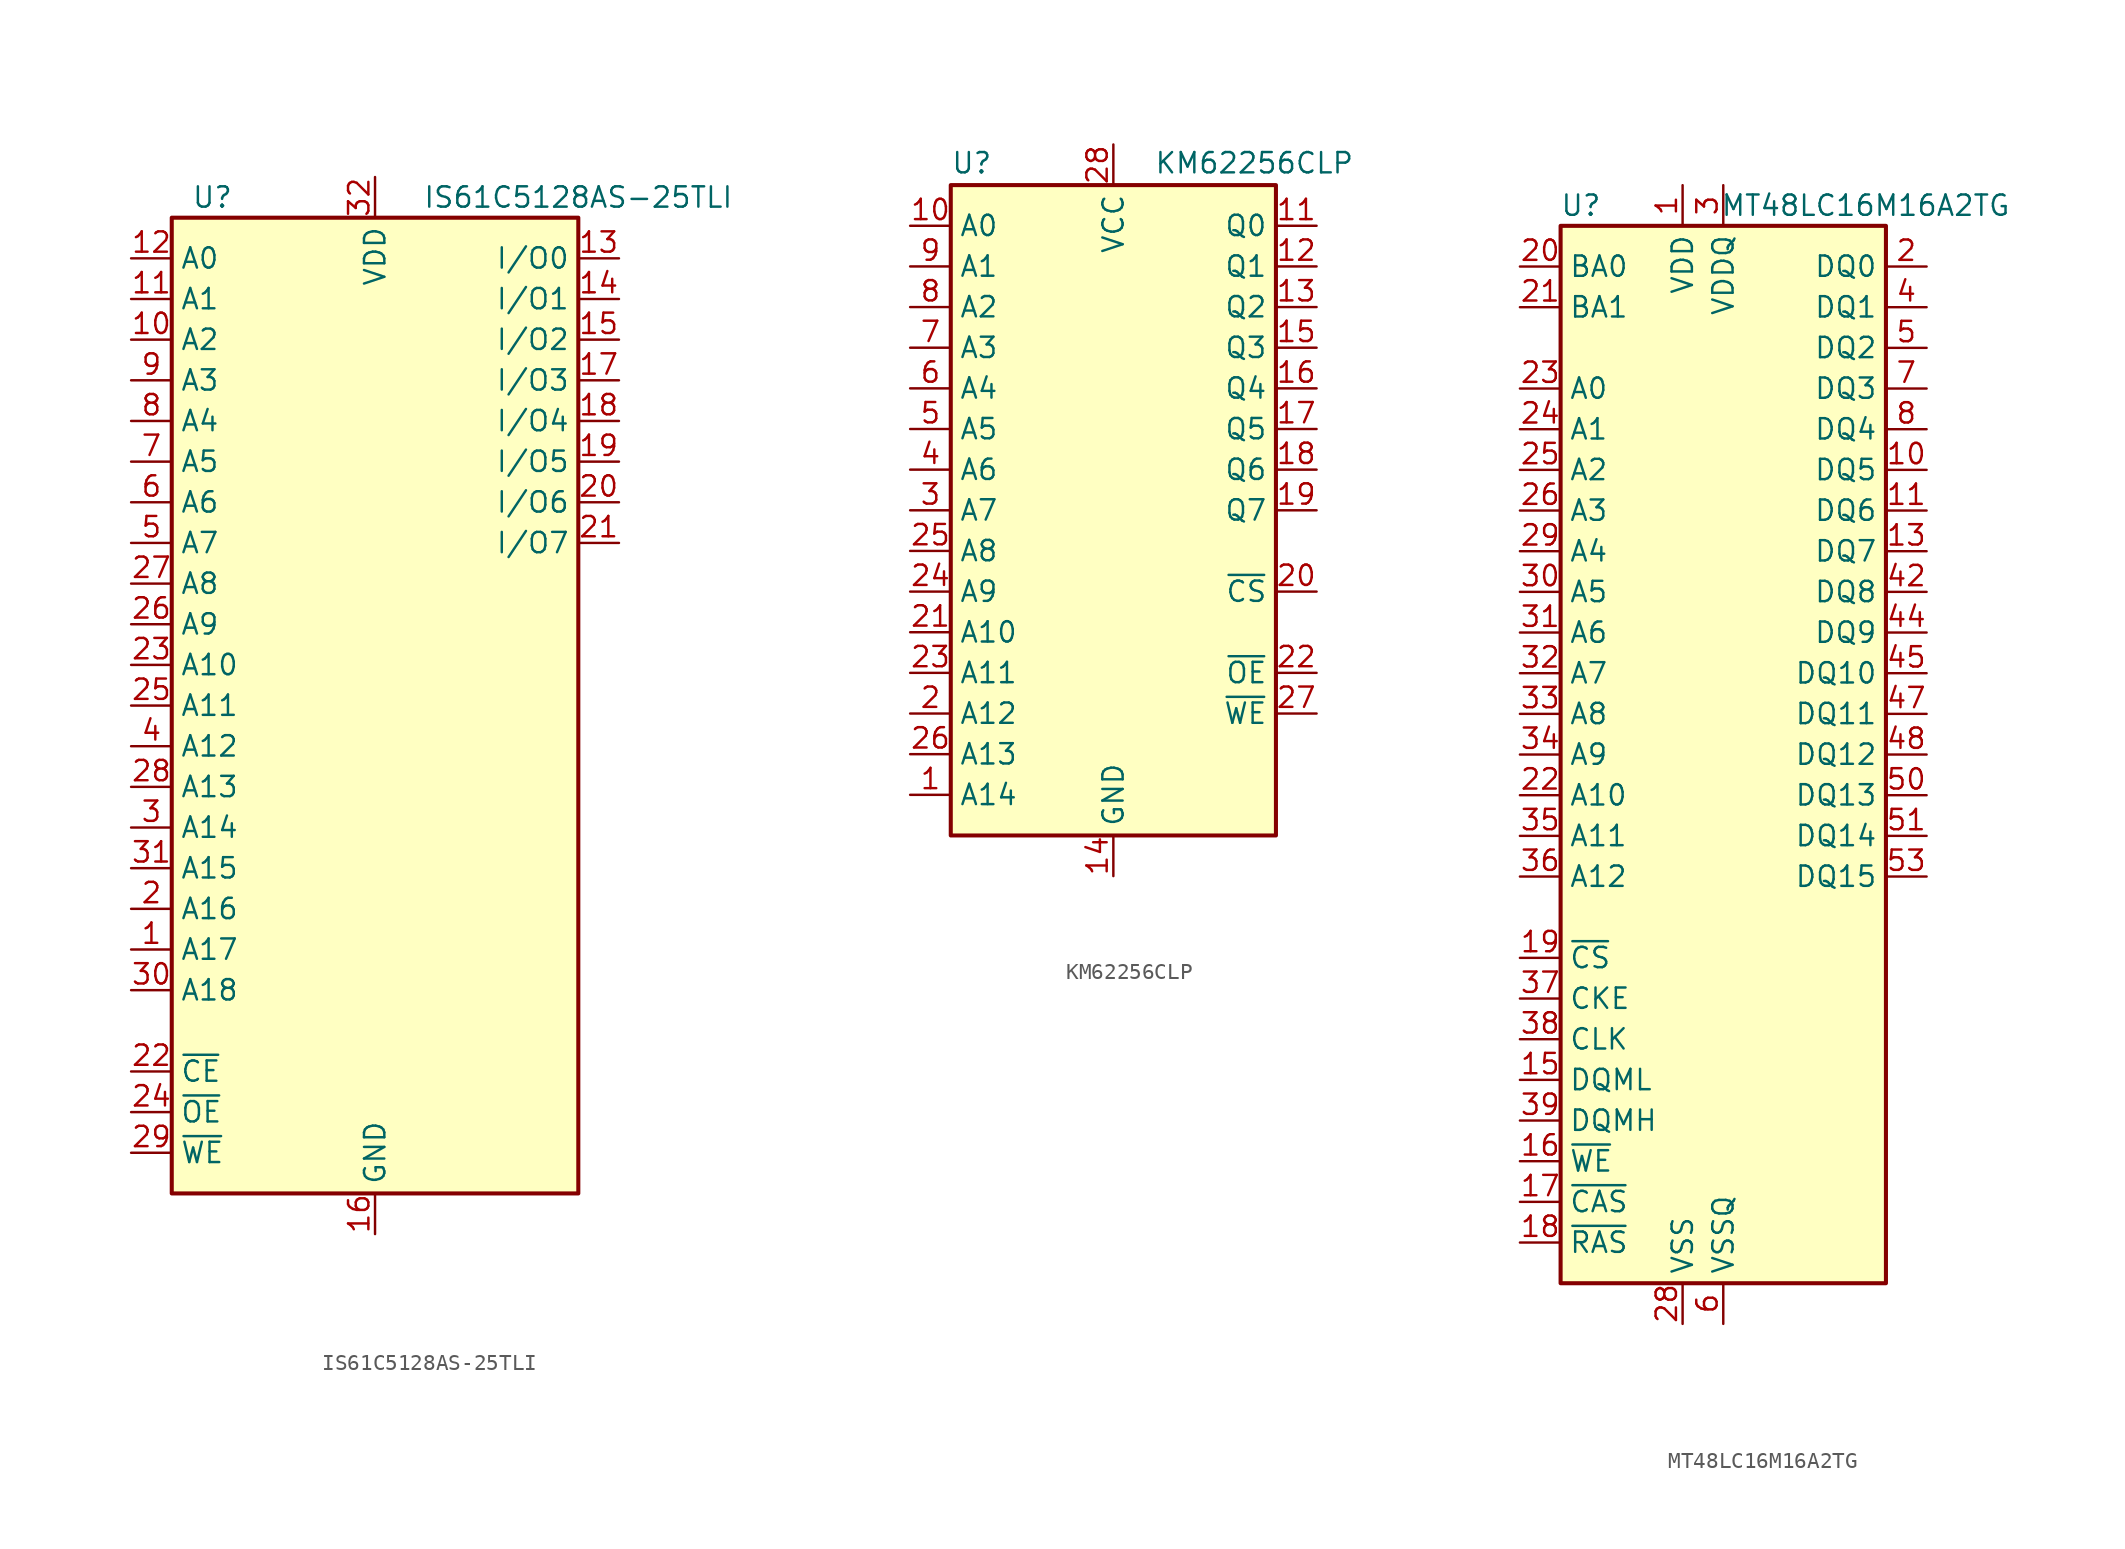
<source format=kicad_sym>
(kicad_symbol_lib
  (version 20201005)
  (generator kicad_symbol_editor)
  (symbol "Memory_RAM:IS61C5128AS-25TLI"
    (property "Reference" "U"
      (at -10.16 31.75 0)
      (effects (font (size 1.27 1.27))))
    (property "Value" "IS61C5128AS-25TLI"
      (at 12.7 31.75 0)
      (effects (font (size 1.27 1.27))))
    (symbol "IS61C5128AS-25TLI_0_1"
      (rectangle (start -12.7 30.48) (end 12.7 -30.48) (stroke (width 0.254)) (fill (type background))))
    (symbol "IS61C5128AS-25TLI_1_1"
      (pin input line (at -15.24 -15.24 0) (length 2.54) (name "A17" (effects (font (size 1.27 1.27)))) (number "1" (effects (font (size 1.27 1.27)))))
      (pin input line (at -15.24 22.86 0) (length 2.54) (name "A2" (effects (font (size 1.27 1.27)))) (number "10" (effects (font (size 1.27 1.27)))))
      (pin input line (at -15.24 25.4 0) (length 2.54) (name "A1" (effects (font (size 1.27 1.27)))) (number "11" (effects (font (size 1.27 1.27)))))
      (pin input line (at -15.24 27.94 0) (length 2.54) (name "A0" (effects (font (size 1.27 1.27)))) (number "12" (effects (font (size 1.27 1.27)))))
      (pin bidirectional line (at 15.24 27.94 180) (length 2.54) (name "I/O0" (effects (font (size 1.27 1.27)))) (number "13" (effects (font (size 1.27 1.27)))))
      (pin bidirectional line (at 15.24 25.4 180) (length 2.54) (name "I/O1" (effects (font (size 1.27 1.27)))) (number "14" (effects (font (size 1.27 1.27)))))
      (pin bidirectional line (at 15.24 22.86 180) (length 2.54) (name "I/O2" (effects (font (size 1.27 1.27)))) (number "15" (effects (font (size 1.27 1.27)))))
      (pin power_in line (at 0 -33.02 90) (length 2.54) (name "GND" (effects (font (size 1.27 1.27)))) (number "16" (effects (font (size 1.27 1.27)))))
      (pin bidirectional line (at 15.24 20.32 180) (length 2.54) (name "I/O3" (effects (font (size 1.27 1.27)))) (number "17" (effects (font (size 1.27 1.27)))))
      (pin bidirectional line (at 15.24 17.78 180) (length 2.54) (name "I/O4" (effects (font (size 1.27 1.27)))) (number "18" (effects (font (size 1.27 1.27)))))
      (pin bidirectional line (at 15.24 15.24 180) (length 2.54) (name "I/O5" (effects (font (size 1.27 1.27)))) (number "19" (effects (font (size 1.27 1.27)))))
      (pin input line (at -15.24 -12.7 0) (length 2.54) (name "A16" (effects (font (size 1.27 1.27)))) (number "2" (effects (font (size 1.27 1.27)))))
      (pin bidirectional line (at 15.24 12.7 180) (length 2.54) (name "I/O6" (effects (font (size 1.27 1.27)))) (number "20" (effects (font (size 1.27 1.27)))))
      (pin bidirectional line (at 15.24 10.16 180) (length 2.54) (name "I/O7" (effects (font (size 1.27 1.27)))) (number "21" (effects (font (size 1.27 1.27)))))
      (pin input line (at -15.24 -22.86 0) (length 2.54) (name "~CE" (effects (font (size 1.27 1.27)))) (number "22" (effects (font (size 1.27 1.27)))))
      (pin input line (at -15.24 2.54 0) (length 2.54) (name "A10" (effects (font (size 1.27 1.27)))) (number "23" (effects (font (size 1.27 1.27)))))
      (pin input line (at -15.24 -25.4 0) (length 2.54) (name "~OE" (effects (font (size 1.27 1.27)))) (number "24" (effects (font (size 1.27 1.27)))))
      (pin input line (at -15.24 0 0) (length 2.54) (name "A11" (effects (font (size 1.27 1.27)))) (number "25" (effects (font (size 1.27 1.27)))))
      (pin input line (at -15.24 5.08 0) (length 2.54) (name "A9" (effects (font (size 1.27 1.27)))) (number "26" (effects (font (size 1.27 1.27)))))
      (pin input line (at -15.24 7.62 0) (length 2.54) (name "A8" (effects (font (size 1.27 1.27)))) (number "27" (effects (font (size 1.27 1.27)))))
      (pin input line (at -15.24 -5.08 0) (length 2.54) (name "A13" (effects (font (size 1.27 1.27)))) (number "28" (effects (font (size 1.27 1.27)))))
      (pin input line (at -15.24 -27.94 0) (length 2.54) (name "~WE" (effects (font (size 1.27 1.27)))) (number "29" (effects (font (size 1.27 1.27)))))
      (pin input line (at -15.24 -7.62 0) (length 2.54) (name "A14" (effects (font (size 1.27 1.27)))) (number "3" (effects (font (size 1.27 1.27)))))
      (pin input line (at -15.24 -17.78 0) (length 2.54) (name "A18" (effects (font (size 1.27 1.27)))) (number "30" (effects (font (size 1.27 1.27)))))
      (pin input line (at -15.24 -10.16 0) (length 2.54) (name "A15" (effects (font (size 1.27 1.27)))) (number "31" (effects (font (size 1.27 1.27)))))
      (pin power_in line (at 0 33.02 270) (length 2.54) (name "VDD" (effects (font (size 1.27 1.27)))) (number "32" (effects (font (size 1.27 1.27)))))
      (pin input line (at -15.24 -2.54 0) (length 2.54) (name "A12" (effects (font (size 1.27 1.27)))) (number "4" (effects (font (size 1.27 1.27)))))
      (pin input line (at -15.24 10.16 0) (length 2.54) (name "A7" (effects (font (size 1.27 1.27)))) (number "5" (effects (font (size 1.27 1.27)))))
      (pin input line (at -15.24 12.7 0) (length 2.54) (name "A6" (effects (font (size 1.27 1.27)))) (number "6" (effects (font (size 1.27 1.27)))))
      (pin input line (at -15.24 15.24 0) (length 2.54) (name "A5" (effects (font (size 1.27 1.27)))) (number "7" (effects (font (size 1.27 1.27)))))
      (pin input line (at -15.24 17.78 0) (length 2.54) (name "A4" (effects (font (size 1.27 1.27)))) (number "8" (effects (font (size 1.27 1.27)))))
      (pin input line (at -15.24 20.32 0) (length 2.54) (name "A3" (effects (font (size 1.27 1.27)))) (number "9" (effects (font (size 1.27 1.27)))))))
  (symbol "Memory_RAM:KM62256CLP"
    (property "Reference" "U"
      (at -10.16 20.955 0)
      (effects (font (size 1.27 1.27)) (justify left bottom)))
    (property "Value" "KM62256CLP"
      (at 2.54 20.955 0)
      (effects (font (size 1.27 1.27)) (justify left bottom)))
    (symbol "KM62256CLP_0_0"
      (pin power_in line (at 0 -22.86 90) (length 2.54) (name "GND" (effects (font (size 1.27 1.27)))) (number "14" (effects (font (size 1.27 1.27)))))
      (pin power_in line (at 0 22.86 270) (length 2.54) (name "VCC" (effects (font (size 1.27 1.27)))) (number "28" (effects (font (size 1.27 1.27))))))
    (symbol "KM62256CLP_0_1"
      (rectangle (start -10.16 20.32) (end 10.16 -20.32) (stroke (width 0.254)) (fill (type background))))
    (symbol "KM62256CLP_1_1"
      (pin input line (at -12.7 -17.78 0) (length 2.54) (name "A14" (effects (font (size 1.27 1.27)))) (number "1" (effects (font (size 1.27 1.27)))))
      (pin input line (at -12.7 17.78 0) (length 2.54) (name "A0" (effects (font (size 1.27 1.27)))) (number "10" (effects (font (size 1.27 1.27)))))
      (pin tri_state line (at 12.7 17.78 180) (length 2.54) (name "Q0" (effects (font (size 1.27 1.27)))) (number "11" (effects (font (size 1.27 1.27)))))
      (pin tri_state line (at 12.7 15.24 180) (length 2.54) (name "Q1" (effects (font (size 1.27 1.27)))) (number "12" (effects (font (size 1.27 1.27)))))
      (pin tri_state line (at 12.7 12.7 180) (length 2.54) (name "Q2" (effects (font (size 1.27 1.27)))) (number "13" (effects (font (size 1.27 1.27)))))
      (pin tri_state line (at 12.7 10.16 180) (length 2.54) (name "Q3" (effects (font (size 1.27 1.27)))) (number "15" (effects (font (size 1.27 1.27)))))
      (pin tri_state line (at 12.7 7.62 180) (length 2.54) (name "Q4" (effects (font (size 1.27 1.27)))) (number "16" (effects (font (size 1.27 1.27)))))
      (pin tri_state line (at 12.7 5.08 180) (length 2.54) (name "Q5" (effects (font (size 1.27 1.27)))) (number "17" (effects (font (size 1.27 1.27)))))
      (pin tri_state line (at 12.7 2.54 180) (length 2.54) (name "Q6" (effects (font (size 1.27 1.27)))) (number "18" (effects (font (size 1.27 1.27)))))
      (pin tri_state line (at 12.7 0 180) (length 2.54) (name "Q7" (effects (font (size 1.27 1.27)))) (number "19" (effects (font (size 1.27 1.27)))))
      (pin input line (at -12.7 -12.7 0) (length 2.54) (name "A12" (effects (font (size 1.27 1.27)))) (number "2" (effects (font (size 1.27 1.27)))))
      (pin input line (at 12.7 -5.08 180) (length 2.54) (name "~CS" (effects (font (size 1.27 1.27)))) (number "20" (effects (font (size 1.27 1.27)))))
      (pin input line (at -12.7 -7.62 0) (length 2.54) (name "A10" (effects (font (size 1.27 1.27)))) (number "21" (effects (font (size 1.27 1.27)))))
      (pin input line (at 12.7 -10.16 180) (length 2.54) (name "~OE" (effects (font (size 1.27 1.27)))) (number "22" (effects (font (size 1.27 1.27)))))
      (pin input line (at -12.7 -10.16 0) (length 2.54) (name "A11" (effects (font (size 1.27 1.27)))) (number "23" (effects (font (size 1.27 1.27)))))
      (pin input line (at -12.7 -5.08 0) (length 2.54) (name "A9" (effects (font (size 1.27 1.27)))) (number "24" (effects (font (size 1.27 1.27)))))
      (pin input line (at -12.7 -2.54 0) (length 2.54) (name "A8" (effects (font (size 1.27 1.27)))) (number "25" (effects (font (size 1.27 1.27)))))
      (pin input line (at -12.7 -15.24 0) (length 2.54) (name "A13" (effects (font (size 1.27 1.27)))) (number "26" (effects (font (size 1.27 1.27)))))
      (pin input line (at 12.7 -12.7 180) (length 2.54) (name "~WE" (effects (font (size 1.27 1.27)))) (number "27" (effects (font (size 1.27 1.27)))))
      (pin input line (at -12.7 0 0) (length 2.54) (name "A7" (effects (font (size 1.27 1.27)))) (number "3" (effects (font (size 1.27 1.27)))))
      (pin input line (at -12.7 2.54 0) (length 2.54) (name "A6" (effects (font (size 1.27 1.27)))) (number "4" (effects (font (size 1.27 1.27)))))
      (pin input line (at -12.7 5.08 0) (length 2.54) (name "A5" (effects (font (size 1.27 1.27)))) (number "5" (effects (font (size 1.27 1.27)))))
      (pin input line (at -12.7 7.62 0) (length 2.54) (name "A4" (effects (font (size 1.27 1.27)))) (number "6" (effects (font (size 1.27 1.27)))))
      (pin input line (at -12.7 10.16 0) (length 2.54) (name "A3" (effects (font (size 1.27 1.27)))) (number "7" (effects (font (size 1.27 1.27)))))
      (pin input line (at -12.7 12.7 0) (length 2.54) (name "A2" (effects (font (size 1.27 1.27)))) (number "8" (effects (font (size 1.27 1.27)))))
      (pin input line (at -12.7 15.24 0) (length 2.54) (name "A1" (effects (font (size 1.27 1.27)))) (number "9" (effects (font (size 1.27 1.27)))))))
  (symbol "Memory_RAM:MT48LC16M16A2TG"
    (property "Reference" "U"
      (at -8.89 34.29 0)
      (effects (font (size 1.27 1.27))))
    (property "Value" "MT48LC16M16A2TG"
      (at 8.89 34.29 0)
      (effects (font (size 1.27 1.27))))
    (symbol "MT48LC16M16A2TG_0_1"
      (rectangle (start -10.16 33.02) (end 10.16 -33.02) (stroke (width 0.254)) (fill (type background))))
    (symbol "MT48LC16M16A2TG_1_1"
      (pin power_in line (at -2.54 35.56 270) (length 2.54) (name "VDD" (effects (font (size 1.27 1.27)))) (number "1" (effects (font (size 1.27 1.27)))))
      (pin bidirectional line (at 12.7 17.78 180) (length 2.54) (name "DQ5" (effects (font (size 1.27 1.27)))) (number "10" (effects (font (size 1.27 1.27)))))
      (pin bidirectional line (at 12.7 15.24 180) (length 2.54) (name "DQ6" (effects (font (size 1.27 1.27)))) (number "11" (effects (font (size 1.27 1.27)))))
      (pin passive line (at 0 -35.56 90) (length 2.54) hide (name "VSSQ" (effects (font (size 1.27 1.27)))) (number "12" (effects (font (size 1.27 1.27)))))
      (pin bidirectional line (at 12.7 12.7 180) (length 2.54) (name "DQ7" (effects (font (size 1.27 1.27)))) (number "13" (effects (font (size 1.27 1.27)))))
      (pin passive line (at -2.54 35.56 270) (length 2.54) hide (name "VDD" (effects (font (size 1.27 1.27)))) (number "14" (effects (font (size 1.27 1.27)))))
      (pin input line (at -12.7 -20.32 0) (length 2.54) (name "DQML" (effects (font (size 1.27 1.27)))) (number "15" (effects (font (size 1.27 1.27)))))
      (pin input line (at -12.7 -25.4 0) (length 2.54) (name "~WE~" (effects (font (size 1.27 1.27)))) (number "16" (effects (font (size 1.27 1.27)))))
      (pin input line (at -12.7 -27.94 0) (length 2.54) (name "~CAS~" (effects (font (size 1.27 1.27)))) (number "17" (effects (font (size 1.27 1.27)))))
      (pin input line (at -12.7 -30.48 0) (length 2.54) (name "~RAS~" (effects (font (size 1.27 1.27)))) (number "18" (effects (font (size 1.27 1.27)))))
      (pin input line (at -12.7 -12.7 0) (length 2.54) (name "~CS~" (effects (font (size 1.27 1.27)))) (number "19" (effects (font (size 1.27 1.27)))))
      (pin bidirectional line (at 12.7 30.48 180) (length 2.54) (name "DQ0" (effects (font (size 1.27 1.27)))) (number "2" (effects (font (size 1.27 1.27)))))
      (pin input line (at -12.7 30.48 0) (length 2.54) (name "BA0" (effects (font (size 1.27 1.27)))) (number "20" (effects (font (size 1.27 1.27)))))
      (pin input line (at -12.7 27.94 0) (length 2.54) (name "BA1" (effects (font (size 1.27 1.27)))) (number "21" (effects (font (size 1.27 1.27)))))
      (pin input line (at -12.7 -2.54 0) (length 2.54) (name "A10" (effects (font (size 1.27 1.27)))) (number "22" (effects (font (size 1.27 1.27)))))
      (pin input line (at -12.7 22.86 0) (length 2.54) (name "A0" (effects (font (size 1.27 1.27)))) (number "23" (effects (font (size 1.27 1.27)))))
      (pin input line (at -12.7 20.32 0) (length 2.54) (name "A1" (effects (font (size 1.27 1.27)))) (number "24" (effects (font (size 1.27 1.27)))))
      (pin input line (at -12.7 17.78 0) (length 2.54) (name "A2" (effects (font (size 1.27 1.27)))) (number "25" (effects (font (size 1.27 1.27)))))
      (pin input line (at -12.7 15.24 0) (length 2.54) (name "A3" (effects (font (size 1.27 1.27)))) (number "26" (effects (font (size 1.27 1.27)))))
      (pin passive line (at -2.54 35.56 270) (length 2.54) hide (name "VDD" (effects (font (size 1.27 1.27)))) (number "27" (effects (font (size 1.27 1.27)))))
      (pin power_in line (at -2.54 -35.56 90) (length 2.54) (name "VSS" (effects (font (size 1.27 1.27)))) (number "28" (effects (font (size 1.27 1.27)))))
      (pin input line (at -12.7 12.7 0) (length 2.54) (name "A4" (effects (font (size 1.27 1.27)))) (number "29" (effects (font (size 1.27 1.27)))))
      (pin power_in line (at 0 35.56 270) (length 2.54) (name "VDDQ" (effects (font (size 1.27 1.27)))) (number "3" (effects (font (size 1.27 1.27)))))
      (pin input line (at -12.7 10.16 0) (length 2.54) (name "A5" (effects (font (size 1.27 1.27)))) (number "30" (effects (font (size 1.27 1.27)))))
      (pin input line (at -12.7 7.62 0) (length 2.54) (name "A6" (effects (font (size 1.27 1.27)))) (number "31" (effects (font (size 1.27 1.27)))))
      (pin input line (at -12.7 5.08 0) (length 2.54) (name "A7" (effects (font (size 1.27 1.27)))) (number "32" (effects (font (size 1.27 1.27)))))
      (pin input line (at -12.7 2.54 0) (length 2.54) (name "A8" (effects (font (size 1.27 1.27)))) (number "33" (effects (font (size 1.27 1.27)))))
      (pin input line (at -12.7 0 0) (length 2.54) (name "A9" (effects (font (size 1.27 1.27)))) (number "34" (effects (font (size 1.27 1.27)))))
      (pin input line (at -12.7 -5.08 0) (length 2.54) (name "A11" (effects (font (size 1.27 1.27)))) (number "35" (effects (font (size 1.27 1.27)))))
      (pin input line (at -12.7 -7.62 0) (length 2.54) (name "A12" (effects (font (size 1.27 1.27)))) (number "36" (effects (font (size 1.27 1.27)))))
      (pin input line (at -12.7 -15.24 0) (length 2.54) (name "CKE" (effects (font (size 1.27 1.27)))) (number "37" (effects (font (size 1.27 1.27)))))
      (pin input line (at -12.7 -17.78 0) (length 2.54) (name "CLK" (effects (font (size 1.27 1.27)))) (number "38" (effects (font (size 1.27 1.27)))))
      (pin input line (at -12.7 -22.86 0) (length 2.54) (name "DQMH" (effects (font (size 1.27 1.27)))) (number "39" (effects (font (size 1.27 1.27)))))
      (pin bidirectional line (at 12.7 27.94 180) (length 2.54) (name "DQ1" (effects (font (size 1.27 1.27)))) (number "4" (effects (font (size 1.27 1.27)))))
      (pin no_connect line (at 10.16 -20.32 180) (length 2.54) hide (name "NC" (effects (font (size 1.27 1.27)))) (number "40" (effects (font (size 1.27 1.27)))))
      (pin passive line (at -2.54 -35.56 90) (length 2.54) hide (name "VSS" (effects (font (size 1.27 1.27)))) (number "41" (effects (font (size 1.27 1.27)))))
      (pin bidirectional line (at 12.7 10.16 180) (length 2.54) (name "DQ8" (effects (font (size 1.27 1.27)))) (number "42" (effects (font (size 1.27 1.27)))))
      (pin passive line (at 0 35.56 270) (length 2.54) hide (name "VDDQ" (effects (font (size 1.27 1.27)))) (number "43" (effects (font (size 1.27 1.27)))))
      (pin bidirectional line (at 12.7 7.62 180) (length 2.54) (name "DQ9" (effects (font (size 1.27 1.27)))) (number "44" (effects (font (size 1.27 1.27)))))
      (pin bidirectional line (at 12.7 5.08 180) (length 2.54) (name "DQ10" (effects (font (size 1.27 1.27)))) (number "45" (effects (font (size 1.27 1.27)))))
      (pin passive line (at 0 -35.56 90) (length 2.54) hide (name "VSSQ" (effects (font (size 1.27 1.27)))) (number "46" (effects (font (size 1.27 1.27)))))
      (pin bidirectional line (at 12.7 2.54 180) (length 2.54) (name "DQ11" (effects (font (size 1.27 1.27)))) (number "47" (effects (font (size 1.27 1.27)))))
      (pin bidirectional line (at 12.7 0 180) (length 2.54) (name "DQ12" (effects (font (size 1.27 1.27)))) (number "48" (effects (font (size 1.27 1.27)))))
      (pin passive line (at 0 35.56 270) (length 2.54) hide (name "VDDQ" (effects (font (size 1.27 1.27)))) (number "49" (effects (font (size 1.27 1.27)))))
      (pin bidirectional line (at 12.7 25.4 180) (length 2.54) (name "DQ2" (effects (font (size 1.27 1.27)))) (number "5" (effects (font (size 1.27 1.27)))))
      (pin bidirectional line (at 12.7 -2.54 180) (length 2.54) (name "DQ13" (effects (font (size 1.27 1.27)))) (number "50" (effects (font (size 1.27 1.27)))))
      (pin bidirectional line (at 12.7 -5.08 180) (length 2.54) (name "DQ14" (effects (font (size 1.27 1.27)))) (number "51" (effects (font (size 1.27 1.27)))))
      (pin passive line (at 0 -35.56 90) (length 2.54) hide (name "VSSQ" (effects (font (size 1.27 1.27)))) (number "52" (effects (font (size 1.27 1.27)))))
      (pin bidirectional line (at 12.7 -7.62 180) (length 2.54) (name "DQ15" (effects (font (size 1.27 1.27)))) (number "53" (effects (font (size 1.27 1.27)))))
      (pin passive line (at -2.54 -35.56 90) (length 2.54) hide (name "VSS" (effects (font (size 1.27 1.27)))) (number "54" (effects (font (size 1.27 1.27)))))
      (pin power_in line (at 0 -35.56 90) (length 2.54) (name "VSSQ" (effects (font (size 1.27 1.27)))) (number "6" (effects (font (size 1.27 1.27)))))
      (pin bidirectional line (at 12.7 22.86 180) (length 2.54) (name "DQ3" (effects (font (size 1.27 1.27)))) (number "7" (effects (font (size 1.27 1.27)))))
      (pin bidirectional line (at 12.7 20.32 180) (length 2.54) (name "DQ4" (effects (font (size 1.27 1.27)))) (number "8" (effects (font (size 1.27 1.27)))))
      (pin passive line (at 0 35.56 270) (length 2.54) hide (name "VDDQ" (effects (font (size 1.27 1.27)))) (number "9" (effects (font (size 1.27 1.27))))))))
</source>
